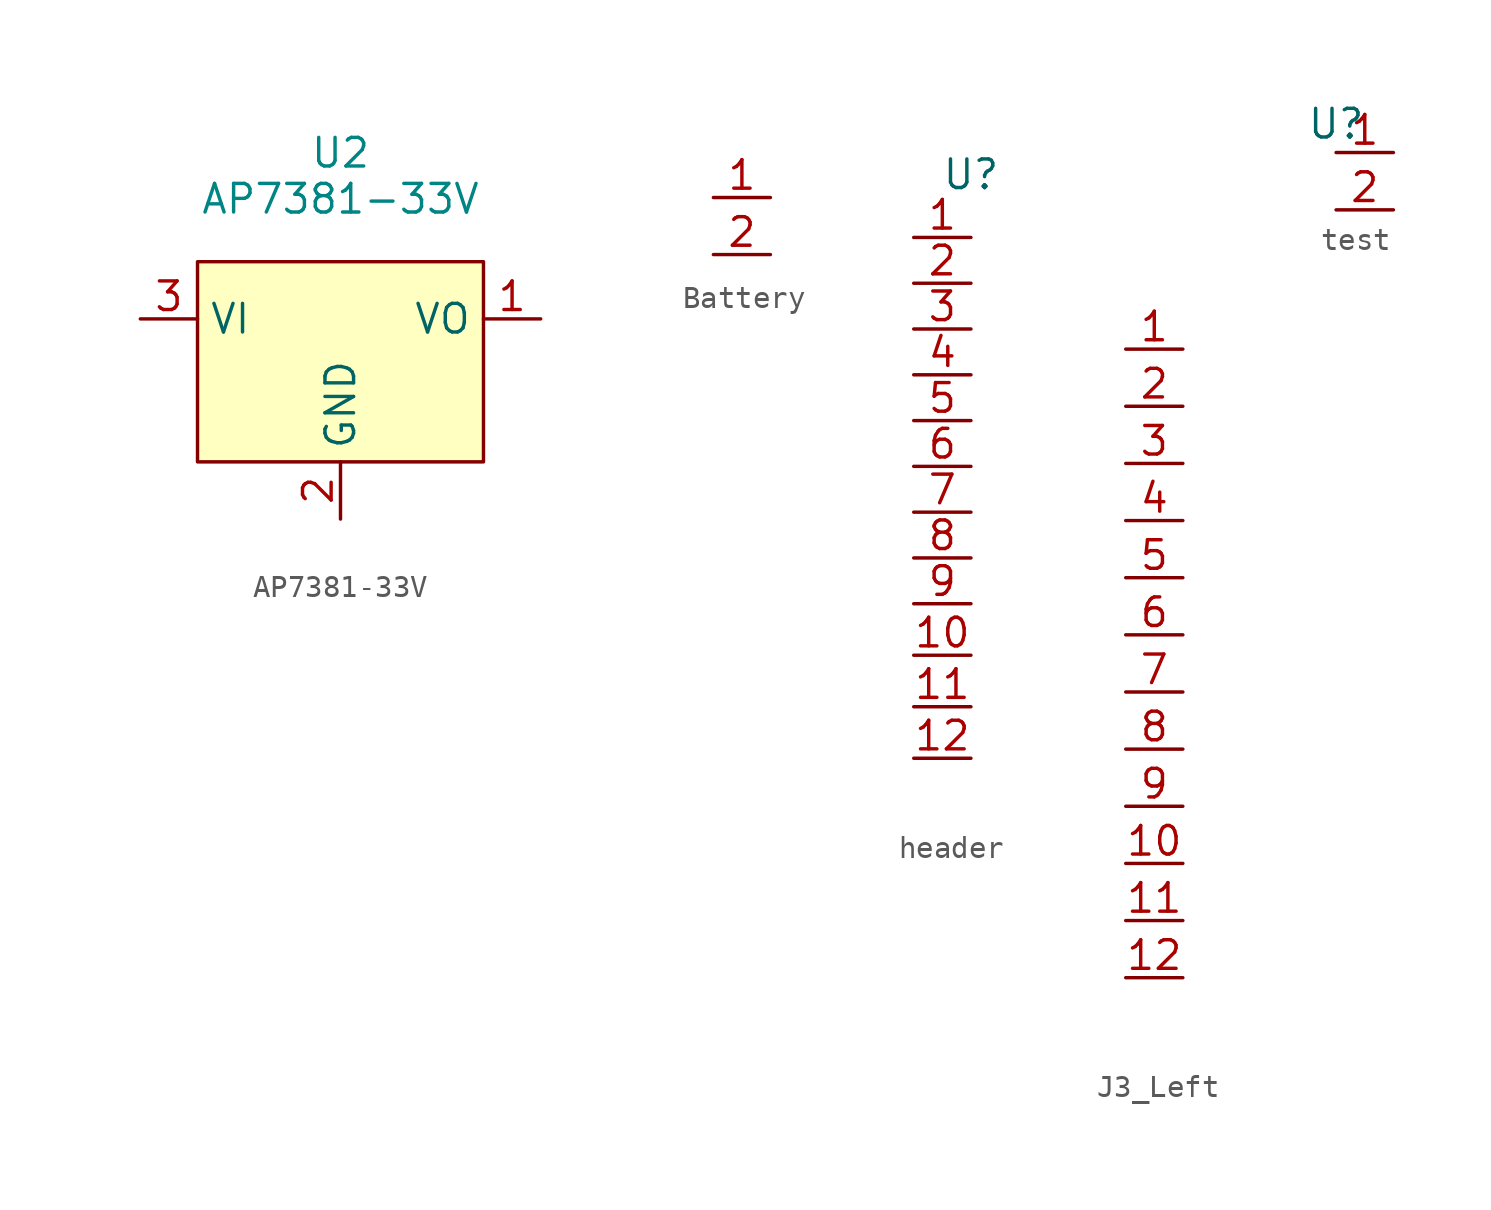
<source format=kicad_sym>
(kicad_symbol_lib
  (version 20220914)
  (generator kicad_symbol_editor)
  (symbol "AP7381-33V"
    (property "Reference" "U"
      (at 0 20.32 0)
      (effects (font (size 1.27 1.27)) hide))
    (property "Value" ""
      (at 0 0 0)
      (effects (font (size 1.27 1.27))))
    (symbol "AP7381-33V_0_0"
      (text "" (at -7.62 1.27 0) (effects (font (size 1.27 1.27)))))
    (symbol "AP7381-33V_1_1"
      (rectangle (start -6.35 2.54) (end 6.35 -6.35) (stroke (width 0) (type default)) (fill (type background)))
      (text "U2\nAP7381-33V" (at 0 6.35 0) (effects (font (size 1.27 1.27) (color 0 132 132 1))))
      (pin input line (at 8.89 0 180) (length 2.54) (name "VO" (effects (font (size 1.27 1.27)))) (number "1" (effects (font (size 1.27 1.27)))))
      (pin input line (at 0 -8.89 90) (length 2.54) (name "GND" (effects (font (size 1.27 1.27)))) (number "2" (effects (font (size 1.27 1.27)))))
      (pin input line (at -8.89 0 0) (length 2.54) (name "VI" (effects (font (size 1.27 1.27)))) (number "3" (effects (font (size 1.27 1.27)))))))
  (symbol "Battery"
    (property "Reference" "U"
      (at 0 0 0)
      (effects (font (size 1.27 1.27)) hide))
    (property "Value" ""
      (at 0 0 0)
      (effects (font (size 1.27 1.27))))
    (symbol "Battery_1_1"
      (pin input line (at 2.54 -3.81 180) (length 2.54) (name "" (effects (font (size 1.27 1.27)))) (number "1" (effects (font (size 1.27 1.27)))))
      (pin input line (at 2.54 -6.35 180) (length 2.54) (name "" (effects (font (size 1.27 1.27)))) (number "2" (effects (font (size 1.27 1.27)))))))
  (symbol "header"
    (property "Reference" "U"
      (at 0 0 0)
      (effects (font (size 1.27 1.27))))
    (property "Value" ""
      (at 0 0 0)
      (effects (font (size 1.27 1.27))))
    (symbol "header_1_1"
      (pin input line (at 0 -2.794 180) (length 2.54) (name "" (effects (font (size 1.27 1.27)))) (number "1" (effects (font (size 1.27 1.27)))))
      (pin input line (at 0 -21.336 180) (length 2.54) (name "" (effects (font (size 1.27 1.27)))) (number "10" (effects (font (size 1.27 1.27)))))
      (pin input line (at 0 -23.622 180) (length 2.54) (name "" (effects (font (size 1.27 1.27)))) (number "11" (effects (font (size 1.27 1.27)))))
      (pin input line (at 0 -25.908 180) (length 2.54) (name "" (effects (font (size 1.27 1.27)))) (number "12" (effects (font (size 1.27 1.27)))))
      (pin input line (at 0 -4.826 180) (length 2.54) (name "" (effects (font (size 1.27 1.27)))) (number "2" (effects (font (size 1.27 1.27)))))
      (pin input line (at 0 -6.858 180) (length 2.54) (name "" (effects (font (size 1.27 1.27)))) (number "3" (effects (font (size 1.27 1.27)))))
      (pin input line (at 0 -8.89 180) (length 2.54) (name "" (effects (font (size 1.27 1.27)))) (number "4" (effects (font (size 1.27 1.27)))))
      (pin input line (at 0 -10.922 180) (length 2.54) (name "" (effects (font (size 1.27 1.27)))) (number "5" (effects (font (size 1.27 1.27)))))
      (pin input line (at 0 -12.954 180) (length 2.54) (name "" (effects (font (size 1.27 1.27)))) (number "6" (effects (font (size 1.27 1.27)))))
      (pin input line (at 0 -14.986 180) (length 2.54) (name "" (effects (font (size 1.27 1.27)))) (number "7" (effects (font (size 1.27 1.27)))))
      (pin input line (at 0 -17.018 180) (length 2.54) (name "" (effects (font (size 1.27 1.27)))) (number "8" (effects (font (size 1.27 1.27)))))
      (pin input line (at 0 -19.05 180) (length 2.54) (name "" (effects (font (size 1.27 1.27)))) (number "9" (effects (font (size 1.27 1.27)))))))
  (symbol "J3_Left"
    (property "Reference" "U"
      (at 0 0 0)
      (effects (font (size 1.27 1.27)) hide))
    (property "Value" ""
      (at 0 0 0)
      (effects (font (size 1.27 1.27))))
    (symbol "J3_Left_1_1"
      (pin input line (at 0 -7.62 180) (length 2.54) (name "" (effects (font (size 1.27 1.27)))) (number "1" (effects (font (size 1.27 1.27)))))
      (pin input line (at 0 -30.48 180) (length 2.54) (name "" (effects (font (size 1.27 1.27)))) (number "10" (effects (font (size 1.27 1.27)))))
      (pin input line (at 0 -33.02 180) (length 2.54) (name "" (effects (font (size 1.27 1.27)))) (number "11" (effects (font (size 1.27 1.27)))))
      (pin input line (at 0 -35.56 180) (length 2.54) (name "" (effects (font (size 1.27 1.27)))) (number "12" (effects (font (size 1.27 1.27)))))
      (pin input line (at 0 -10.16 180) (length 2.54) (name "" (effects (font (size 1.27 1.27)))) (number "2" (effects (font (size 1.27 1.27)))))
      (pin input line (at 0 -12.7 180) (length 2.54) (name "" (effects (font (size 1.27 1.27)))) (number "3" (effects (font (size 1.27 1.27)))))
      (pin input line (at 0 -15.24 180) (length 2.54) (name "" (effects (font (size 1.27 1.27)))) (number "4" (effects (font (size 1.27 1.27)))))
      (pin input line (at 0 -17.78 180) (length 2.54) (name "" (effects (font (size 1.27 1.27)))) (number "5" (effects (font (size 1.27 1.27)))))
      (pin input line (at 0 -20.32 180) (length 2.54) (name "" (effects (font (size 1.27 1.27)))) (number "6" (effects (font (size 1.27 1.27)))))
      (pin input line (at 0 -22.86 180) (length 2.54) (name "" (effects (font (size 1.27 1.27)))) (number "7" (effects (font (size 1.27 1.27)))))
      (pin input line (at 0 -25.4 180) (length 2.54) (name "" (effects (font (size 1.27 1.27)))) (number "8" (effects (font (size 1.27 1.27)))))
      (pin input line (at 0 -27.94 180) (length 2.54) (name "" (effects (font (size 1.27 1.27)))) (number "9" (effects (font (size 1.27 1.27)))))))
  (symbol "test"
    (property "Reference" "U"
      (at 0 0 0)
      (effects (font (size 1.27 1.27))))
    (property "Value" ""
      (at 0 0 0)
      (effects (font (size 1.27 1.27))))
    (symbol "test_1_1"
      (pin input line (at 0 -1.27 0) (length 2.54) (name "" (effects (font (size 1.27 1.27)))) (number "1" (effects (font (size 1.27 1.27)))))
      (pin free line (at 0 -3.81 0) (length 2.54) (name "" (effects (font (size 1.27 1.27)))) (number "2" (effects (font (size 1.27 1.27))))))))
</source>
